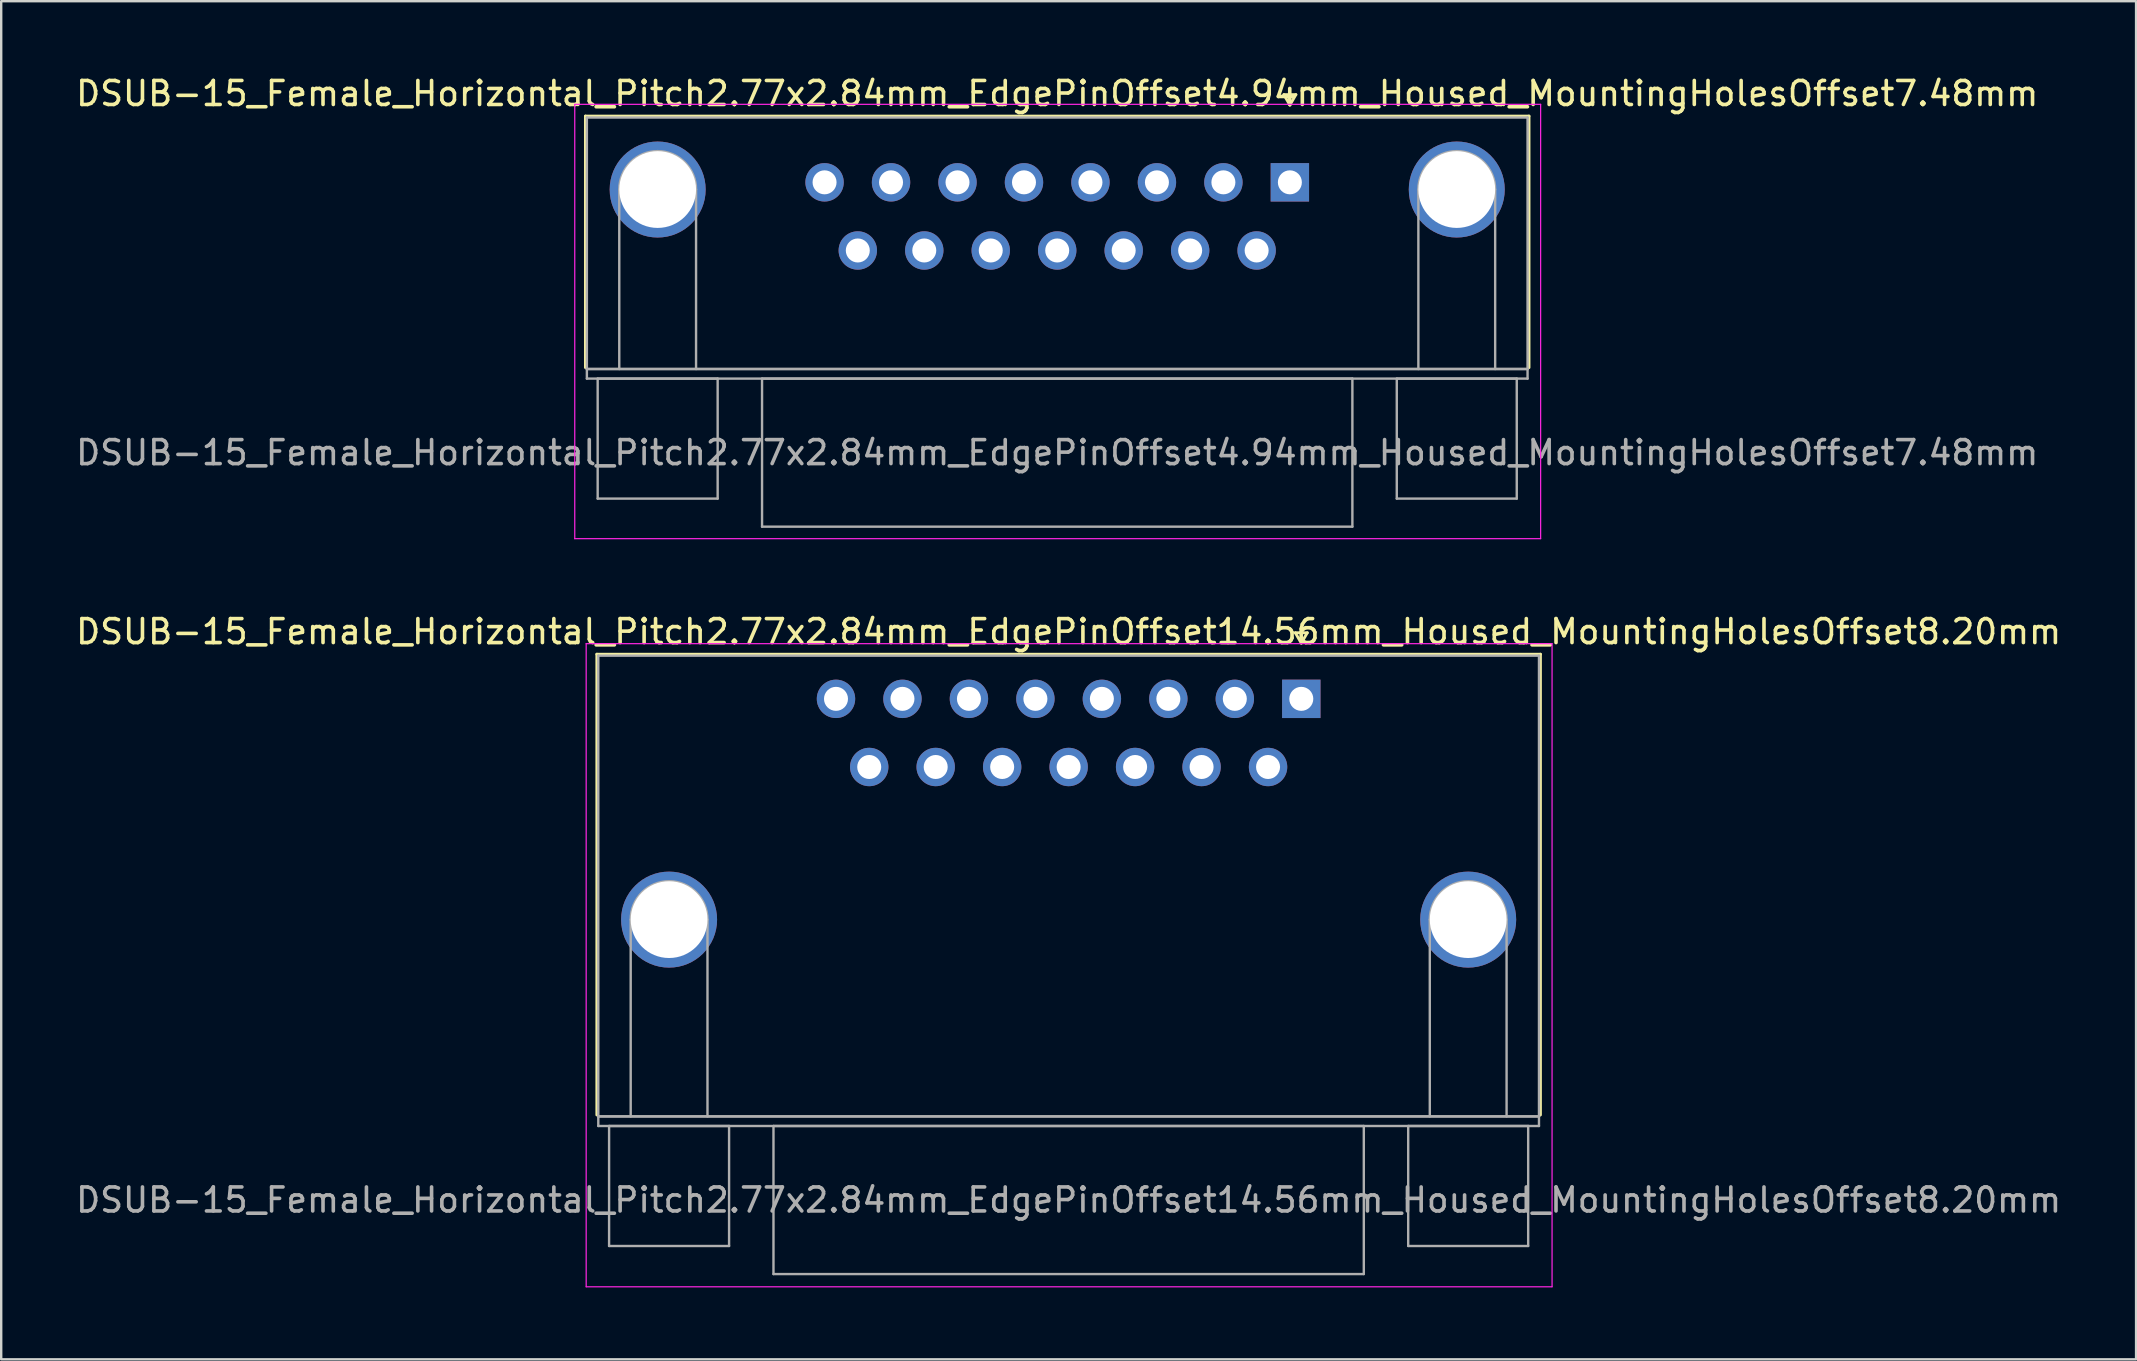
<source format=kicad_pcb>
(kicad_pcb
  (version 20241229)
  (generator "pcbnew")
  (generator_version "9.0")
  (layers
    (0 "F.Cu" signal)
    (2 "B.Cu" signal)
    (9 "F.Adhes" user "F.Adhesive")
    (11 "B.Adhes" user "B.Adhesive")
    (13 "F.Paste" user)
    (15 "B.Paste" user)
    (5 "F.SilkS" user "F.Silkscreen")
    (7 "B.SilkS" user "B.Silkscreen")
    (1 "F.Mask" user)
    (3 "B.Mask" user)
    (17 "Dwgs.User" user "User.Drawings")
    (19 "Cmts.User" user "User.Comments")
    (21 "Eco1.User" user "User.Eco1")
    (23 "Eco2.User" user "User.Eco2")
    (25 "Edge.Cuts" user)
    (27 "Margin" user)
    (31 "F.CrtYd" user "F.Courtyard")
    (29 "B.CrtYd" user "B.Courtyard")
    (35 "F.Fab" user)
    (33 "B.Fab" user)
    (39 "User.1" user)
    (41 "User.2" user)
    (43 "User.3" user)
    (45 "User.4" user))
  (footprint "DSUB-15_Female_Horizontal_Pitch2.77x2.84mm_EdgePinOffset4.94mm_Housed_MountingHolesOffset7.48mm"
    (layer "F.Cu")
    (at 50.701 4.548)
    (property "Reference" "DSUB-15_Female_Horizontal_Pitch2.77x2.84mm_EdgePinOffset4.94mm_Housed_MountingHolesOffset7.48mm" (at -9.695 -3.7 0) (layer "F.SilkS") (effects (font (size 1 1) (thickness 0.15))))
    (attr through_hole)
    (fp_line (start -29.355 -2.76) (end 9.965 -2.76) (stroke (width 0.12) (type solid)) (layer "F.SilkS"))
    (fp_line (start -29.355 7.72) (end -29.355 -2.76) (stroke (width 0.12) (type solid)) (layer "F.SilkS"))
    (fp_line (start -0.25 -3.654) (end 0.25 -3.654) (stroke (width 0.12) (type solid)) (layer "F.SilkS"))
    (fp_line (start 0 -3.221) (end -0.25 -3.654) (stroke (width 0.12) (type solid)) (layer "F.SilkS"))
    (fp_line (start 0.25 -3.654) (end 0 -3.221) (stroke (width 0.12) (type solid)) (layer "F.SilkS"))
    (fp_line (start 9.965 -2.76) (end 9.965 7.72) (stroke (width 0.12) (type solid)) (layer "F.SilkS"))
    (fp_line (start -29.8 -3.25) (end -29.8 14.85) (stroke (width 0.05) (type solid)) (layer "F.CrtYd"))
    (fp_line (start -29.8 14.85) (end 10.45 14.85) (stroke (width 0.05) (type solid)) (layer "F.CrtYd"))
    (fp_line (start 10.45 -3.25) (end -29.8 -3.25) (stroke (width 0.05) (type solid)) (layer "F.CrtYd"))
    (fp_line (start 10.45 14.85) (end 10.45 -3.25) (stroke (width 0.05) (type solid)) (layer "F.CrtYd"))
    (fp_line (start -29.295 -2.7) (end -29.295 7.78) (stroke (width 0.1) (type solid)) (layer "F.Fab"))
    (fp_line (start -29.295 7.78) (end -29.295 8.18) (stroke (width 0.1) (type solid)) (layer "F.Fab"))
    (fp_line (start -29.295 7.78) (end 9.905 7.78) (stroke (width 0.1) (type solid)) (layer "F.Fab"))
    (fp_line (start -29.295 8.18) (end 9.905 8.18) (stroke (width 0.1) (type solid)) (layer "F.Fab"))
    (fp_line (start -28.845 8.18) (end -28.845 13.18) (stroke (width 0.1) (type solid)) (layer "F.Fab"))
    (fp_line (start -28.845 13.18) (end -23.845 13.18) (stroke (width 0.1) (type solid)) (layer "F.Fab"))
    (fp_line (start -27.945 7.78) (end -27.945 0.3) (stroke (width 0.1) (type solid)) (layer "F.Fab"))
    (fp_line (start -24.745 7.78) (end -24.745 0.3) (stroke (width 0.1) (type solid)) (layer "F.Fab"))
    (fp_line (start -23.845 8.18) (end -28.845 8.18) (stroke (width 0.1) (type solid)) (layer "F.Fab"))
    (fp_line (start -23.845 13.18) (end -23.845 8.18) (stroke (width 0.1) (type solid)) (layer "F.Fab"))
    (fp_line (start -21.995 8.18) (end -21.995 14.35) (stroke (width 0.1) (type solid)) (layer "F.Fab"))
    (fp_line (start -21.995 14.35) (end 2.605 14.35) (stroke (width 0.1) (type solid)) (layer "F.Fab"))
    (fp_line (start 2.605 8.18) (end -21.995 8.18) (stroke (width 0.1) (type solid)) (layer "F.Fab"))
    (fp_line (start 2.605 14.35) (end 2.605 8.18) (stroke (width 0.1) (type solid)) (layer "F.Fab"))
    (fp_line (start 4.455 8.18) (end 4.455 13.18) (stroke (width 0.1) (type solid)) (layer "F.Fab"))
    (fp_line (start 4.455 13.18) (end 9.455 13.18) (stroke (width 0.1) (type solid)) (layer "F.Fab"))
    (fp_line (start 5.355 7.78) (end 5.355 0.3) (stroke (width 0.1) (type solid)) (layer "F.Fab"))
    (fp_line (start 8.555 7.78) (end 8.555 0.3) (stroke (width 0.1) (type solid)) (layer "F.Fab"))
    (fp_line (start 9.455 8.18) (end 4.455 8.18) (stroke (width 0.1) (type solid)) (layer "F.Fab"))
    (fp_line (start 9.455 13.18) (end 9.455 8.18) (stroke (width 0.1) (type solid)) (layer "F.Fab"))
    (fp_line (start 9.905 -2.7) (end -29.295 -2.7) (stroke (width 0.1) (type solid)) (layer "F.Fab"))
    (fp_line (start 9.905 7.78) (end -29.295 7.78) (stroke (width 0.1) (type solid)) (layer "F.Fab"))
    (fp_line (start 9.905 7.78) (end 9.905 -2.7) (stroke (width 0.1) (type solid)) (layer "F.Fab"))
    (fp_line (start 9.905 8.18) (end 9.905 7.78) (stroke (width 0.1) (type solid)) (layer "F.Fab"))
    (fp_arc (start -27.945 0.3) (mid -26.345 -1.3) (end -24.745 0.3) (stroke (width 0.1) (type solid)) (layer "F.Fab"))
    (fp_arc (start 5.355 0.3) (mid 6.955 -1.3) (end 8.555 0.3) (stroke (width 0.1) (type solid)) (layer "F.Fab"))
    (fp_text user "${REFERENCE}" (at -9.695 11.265 0) (layer "F.Fab") (effects (font (size 1 1) (thickness 0.15))))
    (pad "0" thru_hole circle (at -26.345 0.3) (size 4 4) (drill 3.2) (layers "*.Cu" "*.Mask"))
    (pad "0" thru_hole circle (at 6.955 0.3) (size 4 4) (drill 3.2) (layers "*.Cu" "*.Mask"))
    (pad "1" thru_hole rect (at 0 0) (size 1.6 1.6) (drill 1) (layers "*.Cu" "*.Mask"))
    (pad "2" thru_hole circle (at -2.77 0) (size 1.6 1.6) (drill 1) (layers "*.Cu" "*.Mask"))
    (pad "3" thru_hole circle (at -5.54 0) (size 1.6 1.6) (drill 1) (layers "*.Cu" "*.Mask"))
    (pad "4" thru_hole circle (at -8.31 0) (size 1.6 1.6) (drill 1) (layers "*.Cu" "*.Mask"))
    (pad "5" thru_hole circle (at -11.08 0) (size 1.6 1.6) (drill 1) (layers "*.Cu" "*.Mask"))
    (pad "6" thru_hole circle (at -13.85 0) (size 1.6 1.6) (drill 1) (layers "*.Cu" "*.Mask"))
    (pad "7" thru_hole circle (at -16.62 0) (size 1.6 1.6) (drill 1) (layers "*.Cu" "*.Mask"))
    (pad "8" thru_hole circle (at -19.39 0) (size 1.6 1.6) (drill 1) (layers "*.Cu" "*.Mask"))
    (pad "9" thru_hole circle (at -1.385 2.84) (size 1.6 1.6) (drill 1) (layers "*.Cu" "*.Mask"))
    (pad "10" thru_hole circle (at -4.155 2.84) (size 1.6 1.6) (drill 1) (layers "*.Cu" "*.Mask"))
    (pad "11" thru_hole circle (at -6.925 2.84) (size 1.6 1.6) (drill 1) (layers "*.Cu" "*.Mask"))
    (pad "12" thru_hole circle (at -9.695 2.84) (size 1.6 1.6) (drill 1) (layers "*.Cu" "*.Mask"))
    (pad "13" thru_hole circle (at -12.465 2.84) (size 1.6 1.6) (drill 1) (layers "*.Cu" "*.Mask"))
    (pad "14" thru_hole circle (at -15.235 2.84) (size 1.6 1.6) (drill 1) (layers "*.Cu" "*.Mask"))
    (pad "15" thru_hole circle (at -18.005 2.84) (size 1.6 1.6) (drill 1) (layers "*.Cu" "*.Mask")))
  (footprint "DSUB-15_Female_Horizontal_Pitch2.77x2.84mm_EdgePinOffset14.56mm_Housed_MountingHolesOffset8.20mm"
    (layer "F.Cu")
    (at 51.177 26.072)
    (property "Reference" "DSUB-15_Female_Horizontal_Pitch2.77x2.84mm_EdgePinOffset14.56mm_Housed_MountingHolesOffset8.20mm" (at -9.695 -2.8 0) (layer "F.SilkS") (effects (font (size 1 1) (thickness 0.15))))
    (attr through_hole)
    (fp_line (start -29.355 -1.86) (end 9.965 -1.86) (stroke (width 0.12) (type solid)) (layer "F.SilkS"))
    (fp_line (start -29.355 17.34) (end -29.355 -1.86) (stroke (width 0.12) (type solid)) (layer "F.SilkS"))
    (fp_line (start -0.25 -2.754) (end 0.25 -2.754) (stroke (width 0.12) (type solid)) (layer "F.SilkS"))
    (fp_line (start 0 -2.321) (end -0.25 -2.754) (stroke (width 0.12) (type solid)) (layer "F.SilkS"))
    (fp_line (start 0.25 -2.754) (end 0 -2.321) (stroke (width 0.12) (type solid)) (layer "F.SilkS"))
    (fp_line (start 9.965 -1.86) (end 9.965 17.34) (stroke (width 0.12) (type solid)) (layer "F.SilkS"))
    (fp_line (start -29.8 -2.3) (end -29.8 24.5) (stroke (width 0.05) (type solid)) (layer "F.CrtYd"))
    (fp_line (start -29.8 24.5) (end 10.45 24.5) (stroke (width 0.05) (type solid)) (layer "F.CrtYd"))
    (fp_line (start 10.45 -2.3) (end -29.8 -2.3) (stroke (width 0.05) (type solid)) (layer "F.CrtYd"))
    (fp_line (start 10.45 24.5) (end 10.45 -2.3) (stroke (width 0.05) (type solid)) (layer "F.CrtYd"))
    (fp_line (start -29.295 -1.8) (end -29.295 17.4) (stroke (width 0.1) (type solid)) (layer "F.Fab"))
    (fp_line (start -29.295 17.4) (end -29.295 17.8) (stroke (width 0.1) (type solid)) (layer "F.Fab"))
    (fp_line (start -29.295 17.4) (end 9.905 17.4) (stroke (width 0.1) (type solid)) (layer "F.Fab"))
    (fp_line (start -29.295 17.8) (end 9.905 17.8) (stroke (width 0.1) (type solid)) (layer "F.Fab"))
    (fp_line (start -28.845 17.8) (end -28.845 22.8) (stroke (width 0.1) (type solid)) (layer "F.Fab"))
    (fp_line (start -28.845 22.8) (end -23.845 22.8) (stroke (width 0.1) (type solid)) (layer "F.Fab"))
    (fp_line (start -27.945 17.4) (end -27.945 9.2) (stroke (width 0.1) (type solid)) (layer "F.Fab"))
    (fp_line (start -24.745 17.4) (end -24.745 9.2) (stroke (width 0.1) (type solid)) (layer "F.Fab"))
    (fp_line (start -23.845 17.8) (end -28.845 17.8) (stroke (width 0.1) (type solid)) (layer "F.Fab"))
    (fp_line (start -23.845 22.8) (end -23.845 17.8) (stroke (width 0.1) (type solid)) (layer "F.Fab"))
    (fp_line (start -21.995 17.8) (end -21.995 23.97) (stroke (width 0.1) (type solid)) (layer "F.Fab"))
    (fp_line (start -21.995 23.97) (end 2.605 23.97) (stroke (width 0.1) (type solid)) (layer "F.Fab"))
    (fp_line (start 2.605 17.8) (end -21.995 17.8) (stroke (width 0.1) (type solid)) (layer "F.Fab"))
    (fp_line (start 2.605 23.97) (end 2.605 17.8) (stroke (width 0.1) (type solid)) (layer "F.Fab"))
    (fp_line (start 4.455 17.8) (end 4.455 22.8) (stroke (width 0.1) (type solid)) (layer "F.Fab"))
    (fp_line (start 4.455 22.8) (end 9.455 22.8) (stroke (width 0.1) (type solid)) (layer "F.Fab"))
    (fp_line (start 5.355 17.4) (end 5.355 9.2) (stroke (width 0.1) (type solid)) (layer "F.Fab"))
    (fp_line (start 8.555 17.4) (end 8.555 9.2) (stroke (width 0.1) (type solid)) (layer "F.Fab"))
    (fp_line (start 9.455 17.8) (end 4.455 17.8) (stroke (width 0.1) (type solid)) (layer "F.Fab"))
    (fp_line (start 9.455 22.8) (end 9.455 17.8) (stroke (width 0.1) (type solid)) (layer "F.Fab"))
    (fp_line (start 9.905 -1.8) (end -29.295 -1.8) (stroke (width 0.1) (type solid)) (layer "F.Fab"))
    (fp_line (start 9.905 17.4) (end -29.295 17.4) (stroke (width 0.1) (type solid)) (layer "F.Fab"))
    (fp_line (start 9.905 17.4) (end 9.905 -1.8) (stroke (width 0.1) (type solid)) (layer "F.Fab"))
    (fp_line (start 9.905 17.8) (end 9.905 17.4) (stroke (width 0.1) (type solid)) (layer "F.Fab"))
    (fp_arc (start -27.945 9.2) (mid -26.345 7.6) (end -24.745 9.2) (stroke (width 0.1) (type solid)) (layer "F.Fab"))
    (fp_arc (start 5.355 9.2) (mid 6.955 7.6) (end 8.555 9.2) (stroke (width 0.1) (type solid)) (layer "F.Fab"))
    (fp_text user "${REFERENCE}" (at -9.695 20.885 0) (layer "F.Fab") (effects (font (size 1 1) (thickness 0.15))))
    (pad "0" thru_hole circle (at -26.345 9.2) (size 4 4) (drill 3.2) (layers "*.Cu" "*.Mask"))
    (pad "0" thru_hole circle (at 6.955 9.2) (size 4 4) (drill 3.2) (layers "*.Cu" "*.Mask"))
    (pad "1" thru_hole rect (at 0 0) (size 1.6 1.6) (drill 1) (layers "*.Cu" "*.Mask"))
    (pad "2" thru_hole circle (at -2.77 0) (size 1.6 1.6) (drill 1) (layers "*.Cu" "*.Mask"))
    (pad "3" thru_hole circle (at -5.54 0) (size 1.6 1.6) (drill 1) (layers "*.Cu" "*.Mask"))
    (pad "4" thru_hole circle (at -8.31 0) (size 1.6 1.6) (drill 1) (layers "*.Cu" "*.Mask"))
    (pad "5" thru_hole circle (at -11.08 0) (size 1.6 1.6) (drill 1) (layers "*.Cu" "*.Mask"))
    (pad "6" thru_hole circle (at -13.85 0) (size 1.6 1.6) (drill 1) (layers "*.Cu" "*.Mask"))
    (pad "7" thru_hole circle (at -16.62 0) (size 1.6 1.6) (drill 1) (layers "*.Cu" "*.Mask"))
    (pad "8" thru_hole circle (at -19.39 0) (size 1.6 1.6) (drill 1) (layers "*.Cu" "*.Mask"))
    (pad "9" thru_hole circle (at -1.385 2.84) (size 1.6 1.6) (drill 1) (layers "*.Cu" "*.Mask"))
    (pad "10" thru_hole circle (at -4.155 2.84) (size 1.6 1.6) (drill 1) (layers "*.Cu" "*.Mask"))
    (pad "11" thru_hole circle (at -6.925 2.84) (size 1.6 1.6) (drill 1) (layers "*.Cu" "*.Mask"))
    (pad "12" thru_hole circle (at -9.695 2.84) (size 1.6 1.6) (drill 1) (layers "*.Cu" "*.Mask"))
    (pad "13" thru_hole circle (at -12.465 2.84) (size 1.6 1.6) (drill 1) (layers "*.Cu" "*.Mask"))
    (pad "14" thru_hole circle (at -15.235 2.84) (size 1.6 1.6) (drill 1) (layers "*.Cu" "*.Mask"))
    (pad "15" thru_hole circle (at -18.005 2.84) (size 1.6 1.6) (drill 1) (layers "*.Cu" "*.Mask")))
  (gr_rect
    (start -3 -3)
    (end 85.964 53.596)
    (stroke (width 0.1) (type default))
    (fill no)
    (layer "Edge.Cuts")))
</source>
